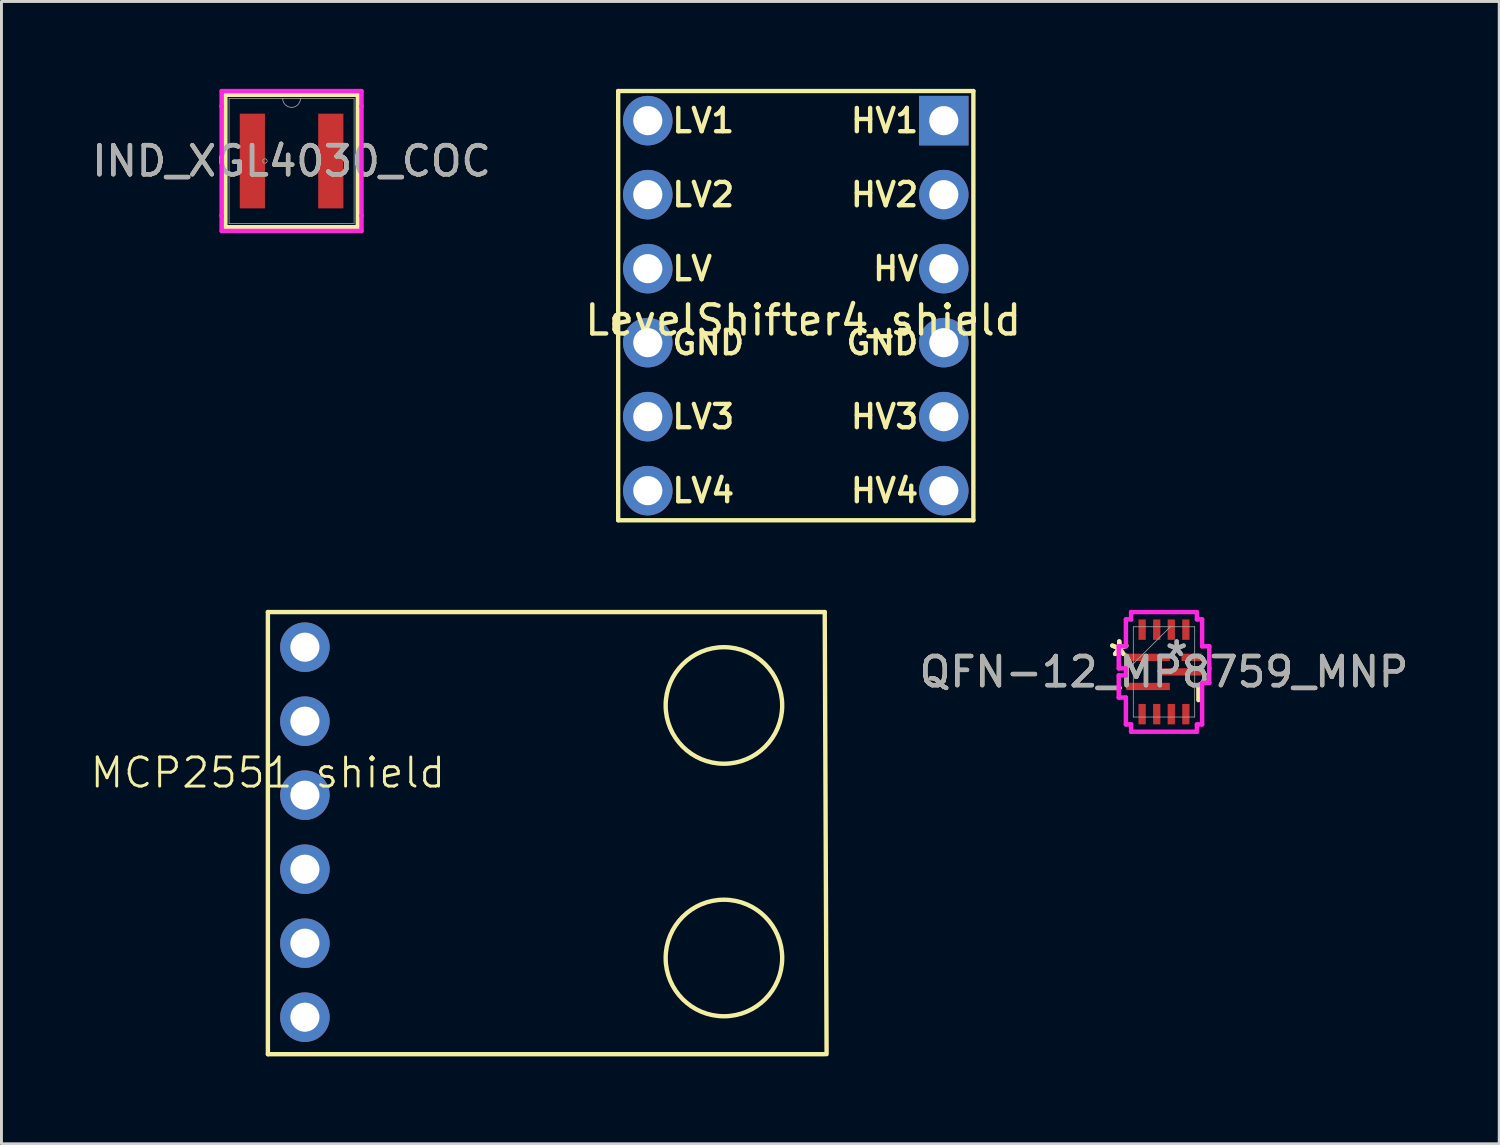
<source format=kicad_pcb>
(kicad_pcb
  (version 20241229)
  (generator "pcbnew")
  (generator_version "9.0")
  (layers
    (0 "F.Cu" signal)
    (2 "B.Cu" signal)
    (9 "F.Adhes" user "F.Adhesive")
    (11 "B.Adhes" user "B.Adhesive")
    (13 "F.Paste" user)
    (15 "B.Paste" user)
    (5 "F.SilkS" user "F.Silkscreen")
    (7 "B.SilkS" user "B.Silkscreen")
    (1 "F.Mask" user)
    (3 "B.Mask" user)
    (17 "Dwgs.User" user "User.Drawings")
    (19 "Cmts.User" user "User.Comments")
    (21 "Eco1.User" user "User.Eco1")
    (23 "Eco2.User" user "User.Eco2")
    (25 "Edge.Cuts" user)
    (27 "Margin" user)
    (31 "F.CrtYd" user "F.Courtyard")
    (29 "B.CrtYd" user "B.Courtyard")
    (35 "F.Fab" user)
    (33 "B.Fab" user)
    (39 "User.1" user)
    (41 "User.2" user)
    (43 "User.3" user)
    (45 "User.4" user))
  (footprint "IND_XGL4030_COC"
    (layer "F.Cu")
    (at 6.958 2.477)
    (property "Reference" "IND_XGL4030_COC" (at 0 0 0) (unlocked yes) (layer "F.SilkS") (effects (font (size 1 1) (thickness 0.15))))
    (attr smd)
    (fp_line (start -2.273 -2.273) (end -2.273 2.273) (stroke (width 0.152) (type solid)) (layer "F.SilkS"))
    (fp_line (start -2.273 2.273) (end 2.273 2.273) (stroke (width 0.152) (type solid)) (layer "F.SilkS"))
    (fp_line (start 2.273 -2.273) (end -2.273 -2.273) (stroke (width 0.152) (type solid)) (layer "F.SilkS"))
    (fp_line (start 2.273 2.273) (end 2.273 -2.273) (stroke (width 0.152) (type solid)) (layer "F.SilkS"))
    (fp_line (start -2.4 -2.4) (end 2.4 -2.4) (stroke (width 0.152) (type solid)) (layer "F.CrtYd"))
    (fp_line (start -2.4 -1.88) (end -2.4 -2.4) (stroke (width 0.152) (type solid)) (layer "F.CrtYd"))
    (fp_line (start -2.4 -1.88) (end -2.4 -1.88) (stroke (width 0.152) (type solid)) (layer "F.CrtYd"))
    (fp_line (start -2.4 1.88) (end -2.4 -1.88) (stroke (width 0.152) (type solid)) (layer "F.CrtYd"))
    (fp_line (start -2.4 1.88) (end -2.4 1.88) (stroke (width 0.152) (type solid)) (layer "F.CrtYd"))
    (fp_line (start -2.4 2.4) (end -2.4 1.88) (stroke (width 0.152) (type solid)) (layer "F.CrtYd"))
    (fp_line (start 2.4 -2.4) (end 2.4 -1.88) (stroke (width 0.152) (type solid)) (layer "F.CrtYd"))
    (fp_line (start 2.4 -1.88) (end 2.4 -1.88) (stroke (width 0.152) (type solid)) (layer "F.CrtYd"))
    (fp_line (start 2.4 -1.88) (end 2.4 1.88) (stroke (width 0.152) (type solid)) (layer "F.CrtYd"))
    (fp_line (start 2.4 1.88) (end 2.4 1.88) (stroke (width 0.152) (type solid)) (layer "F.CrtYd"))
    (fp_line (start 2.4 1.88) (end 2.4 2.4) (stroke (width 0.152) (type solid)) (layer "F.CrtYd"))
    (fp_line (start 2.4 2.4) (end -2.4 2.4) (stroke (width 0.152) (type solid)) (layer "F.CrtYd"))
    (fp_line (start -2.146 -2.146) (end -2.146 2.146) (stroke (width 0.025) (type solid)) (layer "F.Fab"))
    (fp_line (start -2.146 2.146) (end 2.146 2.146) (stroke (width 0.025) (type solid)) (layer "F.Fab"))
    (fp_line (start 2.146 -2.146) (end -2.146 -2.146) (stroke (width 0.025) (type solid)) (layer "F.Fab"))
    (fp_line (start 2.146 2.146) (end 2.146 -2.146) (stroke (width 0.025) (type solid)) (layer "F.Fab"))
    (fp_arc (start 0.3048 -2.1463) (mid 0 -1.8415) (end -0.3048 -2.1463) (stroke (width 0.0254) (type solid)) (layer "F.Fab"))
    (fp_circle (center -0.914 0) (end -0.838 0) (stroke (width 0.025) (type solid)) (fill no) (layer "F.Fab"))
    (fp_text user "${REFERENCE}" (at 0 0 0) (unlocked yes) (layer "F.Fab") (effects (font (size 1 1) (thickness 0.15))))
    (pad "1" smd rect (at -1.346 0) (size 0.864 3.251) (layers "F.Cu" "F.Mask" "F.Paste"))
    (pad "2" smd rect (at 1.346 0) (size 0.864 3.251) (layers "F.Cu" "F.Mask" "F.Paste")))
  (footprint "MCP2551_shield"
    (layer "F.Cu")
    (at 6.145 22.974)
    (property "Reference" "MCP2551_shield" (at 0 0.5 0) (layer "F.SilkS") (effects (font (size 1 1) (thickness 0.1))))
    (attr through_hole)
    (fp_line (start 0 -5.016) (end 0 10.16) (stroke (width 0.15) (type solid)) (layer "F.SilkS"))
    (fp_line (start 0 10.16) (end 19.113 10.16) (stroke (width 0.15) (type solid)) (layer "F.SilkS"))
    (fp_line (start 19.113 -5.016) (end 0 -5.016) (stroke (width 0.15) (type solid)) (layer "F.SilkS"))
    (fp_line (start 19.177 10.16) (end 19.113 -5.016) (stroke (width 0.15) (type solid)) (layer "F.SilkS"))
    (fp_circle (center 15.653 -1.81) (end 17.653 -1.81) (stroke (width 0.15) (type solid)) (fill no) (layer "F.SilkS"))
    (fp_circle (center 15.653 6.858) (end 17.653 6.858) (stroke (width 0.15) (type solid)) (fill no) (layer "F.SilkS"))
    (pad "1" thru_hole circle (at 1.27 -3.81) (size 1.7 1.7) (drill 1) (layers "*.Cu" "*.Mask"))
    (pad "2" thru_hole circle (at 1.27 -1.27) (size 1.7 1.7) (drill 1) (layers "*.Cu" "*.Mask"))
    (pad "3" thru_hole circle (at 1.27 1.27) (size 1.7 1.7) (drill 1) (layers "*.Cu" "*.Mask"))
    (pad "4" thru_hole circle (at 1.27 3.81) (size 1.7 1.7) (drill 1) (layers "*.Cu" "*.Mask"))
    (pad "5" thru_hole circle (at 1.27 6.35) (size 1.7 1.7) (drill 1) (layers "*.Cu" "*.Mask"))
    (pad "6" thru_hole circle (at 1.27 8.89) (size 1.7 1.7) (drill 1) (layers "*.Cu" "*.Mask")))
  (footprint "QFN-12_MP8759_MNP"
    (layer "F.Cu")
    (at 36.903 20.012)
    (property "Reference" "QFN-12_MP8759_MNP" (at 0 0 0) (unlocked yes) (layer "F.SilkS") (effects (font (size 1 1) (thickness 0.15))))
    (attr smd)
    (fp_line (start 1.181 0.458) (end 1.181 0.97) (stroke (width 0.152) (type solid)) (layer "F.SilkS"))
    (fp_line (start -1.554 -0.879) (end -1.554 -0.121) (stroke (width 0.152) (type solid)) (layer "F.CrtYd"))
    (fp_line (start -1.554 -0.121) (end -1.308 -0.121) (stroke (width 0.152) (type solid)) (layer "F.CrtYd"))
    (fp_line (start -1.554 0.121) (end -1.554 0.879) (stroke (width 0.152) (type solid)) (layer "F.CrtYd"))
    (fp_line (start -1.554 0.879) (end -1.308 0.879) (stroke (width 0.152) (type solid)) (layer "F.CrtYd"))
    (fp_line (start -1.308 -1.803) (end -1.308 -0.879) (stroke (width 0.152) (type solid)) (layer "F.CrtYd"))
    (fp_line (start -1.308 -0.879) (end -1.554 -0.879) (stroke (width 0.152) (type solid)) (layer "F.CrtYd"))
    (fp_line (start -1.308 -0.121) (end -1.308 0.121) (stroke (width 0.152) (type solid)) (layer "F.CrtYd"))
    (fp_line (start -1.308 0.121) (end -1.554 0.121) (stroke (width 0.152) (type solid)) (layer "F.CrtYd"))
    (fp_line (start -1.308 0.879) (end -1.308 1.803) (stroke (width 0.152) (type solid)) (layer "F.CrtYd"))
    (fp_line (start -1.308 1.803) (end -1.129 1.803) (stroke (width 0.152) (type solid)) (layer "F.CrtYd"))
    (fp_line (start -1.129 -2.054) (end -1.129 -1.803) (stroke (width 0.152) (type solid)) (layer "F.CrtYd"))
    (fp_line (start -1.129 -1.803) (end -1.308 -1.803) (stroke (width 0.152) (type solid)) (layer "F.CrtYd"))
    (fp_line (start -1.129 1.803) (end -1.129 2.054) (stroke (width 0.152) (type solid)) (layer "F.CrtYd"))
    (fp_line (start -1.129 2.054) (end 1.129 2.054) (stroke (width 0.152) (type solid)) (layer "F.CrtYd"))
    (fp_line (start 1.129 -2.054) (end -1.129 -2.054) (stroke (width 0.152) (type solid)) (layer "F.CrtYd"))
    (fp_line (start 1.129 -1.803) (end 1.129 -2.054) (stroke (width 0.152) (type solid)) (layer "F.CrtYd"))
    (fp_line (start 1.129 1.803) (end 1.308 1.803) (stroke (width 0.152) (type solid)) (layer "F.CrtYd"))
    (fp_line (start 1.129 2.054) (end 1.129 1.803) (stroke (width 0.152) (type solid)) (layer "F.CrtYd"))
    (fp_line (start 1.308 -1.803) (end 1.129 -1.803) (stroke (width 0.152) (type solid)) (layer "F.CrtYd"))
    (fp_line (start 1.308 -0.879) (end 1.308 -1.803) (stroke (width 0.152) (type solid)) (layer "F.CrtYd"))
    (fp_line (start 1.308 0.379) (end 1.554 0.379) (stroke (width 0.152) (type solid)) (layer "F.CrtYd"))
    (fp_line (start 1.308 1.803) (end 1.308 0.379) (stroke (width 0.152) (type solid)) (layer "F.CrtYd"))
    (fp_line (start 1.554 -0.879) (end 1.308 -0.879) (stroke (width 0.152) (type solid)) (layer "F.CrtYd"))
    (fp_line (start 1.554 -0.121) (end 1.554 -0.879) (stroke (width 0.152) (type solid)) (layer "F.CrtYd"))
    (fp_line (start 1.554 -0.121) (end 1.554 -0.121) (stroke (width 0.152) (type solid)) (layer "F.CrtYd"))
    (fp_line (start 1.554 0.379) (end 1.554 -0.121) (stroke (width 0.152) (type solid)) (layer "F.CrtYd"))
    (fp_line (start -1.054 -1.549) (end -1.054 1.549) (stroke (width 0.025) (type solid)) (layer "F.Fab"))
    (fp_line (start -1.054 -0.279) (end 0.216 -1.549) (stroke (width 0.025) (type solid)) (layer "F.Fab"))
    (fp_line (start -1.054 1.549) (end 1.054 1.549) (stroke (width 0.025) (type solid)) (layer "F.Fab"))
    (fp_line (start 1.054 -1.549) (end -1.054 -1.549) (stroke (width 0.025) (type solid)) (layer "F.Fab"))
    (fp_line (start 1.054 1.549) (end 1.054 -1.549) (stroke (width 0.025) (type solid)) (layer "F.Fab"))
    (fp_text user "*" (at -1.535 -0.5 0) (unlocked yes) (layer "F.SilkS") (effects (font (size 1 1) (thickness 0.15))))
    (fp_text user "*" (at -1.535 -0.5 0) (layer "F.SilkS") (effects (font (size 1 1) (thickness 0.15))))
    (fp_text user "${REFERENCE}" (at 0 0 0) (unlocked yes) (layer "F.Fab") (effects (font (size 1 1) (thickness 0.15))))
    (fp_text user "*" (at 0.435 -0.5 0) (layer "F.Fab") (effects (font (size 1 1) (thickness 0.15))))
    (fp_text user "*" (at 0.435 -0.5 0) (unlocked yes) (layer "F.Fab") (effects (font (size 1 1) (thickness 0.15))))
    (pad "1" smd rect (at -0.55 -0.5) (size 1.5 0.25) (layers "F.Cu" "F.Mask" "F.Paste"))
    (pad "2" smd rect (at -0.55 0.5) (size 1.5 0.25) (layers "F.Cu" "F.Mask" "F.Paste"))
    (pad "3" smd rect (at -0.75 1.45 90) (size 0.7 0.25) (layers "F.Cu" "F.Mask"))
    (pad "4" smd rect (at -0.25 1.45 90) (size 0.7 0.25) (layers "F.Cu" "F.Mask"))
    (pad "5" smd rect (at 0.25 1.45 90) (size 0.7 0.25) (layers "F.Cu" "F.Mask"))
    (pad "6" smd rect (at 0.75 1.45 90) (size 0.7 0.25) (layers "F.Cu" "F.Mask"))
    (pad "7" smd rect (at 0.55 0) (size 1.5 0.25) (layers "F.Cu" "F.Mask" "F.Paste"))
    (pad "8" smd rect (at 0.95 -0.5) (size 0.7 0.25) (layers "F.Cu" "F.Mask"))
    (pad "9" smd rect (at 0.75 -1.45 90) (size 0.7 0.25) (layers "F.Cu" "F.Mask"))
    (pad "10" smd rect (at 0.25 -1.45 90) (size 0.7 0.25) (layers "F.Cu" "F.Mask"))
    (pad "11" smd rect (at -0.25 -1.45 90) (size 0.7 0.25) (layers "F.Cu" "F.Mask"))
    (pad "12" smd rect (at -0.75 -1.45 90) (size 0.7 0.25) (layers "F.Cu" "F.Mask")))
  (footprint "LevelShifter4_shield"
    (layer "F.Cu")
    (at 24.518 7.441)
    (property "Reference" "LevelShifter4_shield" (at 0 0.5 0) (layer "F.SilkS") (effects (font (size 1 1) (thickness 0.15))))
    (attr through_hole)
    (fp_line (start -6.35 -7.366) (end 5.842 -7.366) (stroke (width 0.15) (type solid)) (layer "F.SilkS"))
    (fp_line (start -6.35 7.366) (end -6.35 -7.366) (stroke (width 0.15) (type solid)) (layer "F.SilkS"))
    (fp_line (start 5.842 -7.366) (end 5.842 7.366) (stroke (width 0.15) (type solid)) (layer "F.SilkS"))
    (fp_line (start 5.842 7.366) (end -6.35 7.366) (stroke (width 0.15) (type solid)) (layer "F.SilkS"))
    (fp_text user "HV" (at 3.175 -1.27 0) (layer "F.SilkS") (effects (font (size 0.8 0.8) (thickness 0.15))))
    (fp_text user "LV" (at -3.81 -1.27 0) (layer "F.SilkS") (effects (font (size 0.8 0.8) (thickness 0.15))))
    (fp_text user "HV3" (at 2.794 3.81 0) (layer "F.SilkS") (effects (font (size 0.8 0.8) (thickness 0.15))))
    (fp_text user "GND" (at 2.718 1.27 0) (layer "F.SilkS") (effects (font (size 0.8 0.8) (thickness 0.15))))
    (fp_text user "HV2" (at 2.794 -3.81 0) (layer "F.SilkS") (effects (font (size 0.8 0.8) (thickness 0.15))))
    (fp_text user "LV3" (at -3.429 3.81 0) (layer "F.SilkS") (effects (font (size 0.8 0.8) (thickness 0.15))))
    (fp_text user "LV2" (at -3.429 -3.81 0) (layer "F.SilkS") (effects (font (size 0.8 0.8) (thickness 0.15))))
    (fp_text user "HV1" (at 2.794 -6.35 0) (layer "F.SilkS") (effects (font (size 0.8 0.8) (thickness 0.15))))
    (fp_text user "LV1" (at -3.429 -6.35 0) (layer "F.SilkS") (effects (font (size 0.8 0.8) (thickness 0.15))))
    (fp_text user "LV4" (at -3.429 6.35 0) (layer "F.SilkS") (effects (font (size 0.8 0.8) (thickness 0.15))))
    (fp_text user "HV4" (at 2.794 6.35 0) (layer "F.SilkS") (effects (font (size 0.8 0.8) (thickness 0.15))))
    (fp_text user "GND" (at -3.258 1.27 0) (layer "F.SilkS") (effects (font (size 0.8 0.8) (thickness 0.15))))
    (pad "1" thru_hole circle (at -5.334 -6.35) (size 1.7 1.7) (drill 1) (layers "*.Cu" "*.Mask"))
    (pad "2" thru_hole circle (at -5.334 -3.81) (size 1.7 1.7) (drill 1) (layers "*.Cu" "*.Mask"))
    (pad "3" thru_hole circle (at -5.334 -1.27) (size 1.7 1.7) (drill 1) (layers "*.Cu" "*.Mask"))
    (pad "4" thru_hole circle (at -5.334 1.27) (size 1.7 1.7) (drill 1) (layers "*.Cu" "*.Mask"))
    (pad "5" thru_hole circle (at -5.334 3.81) (size 1.7 1.7) (drill 1) (layers "*.Cu" "*.Mask"))
    (pad "6" thru_hole circle (at -5.334 6.35) (size 1.7 1.7) (drill 1) (layers "*.Cu" "*.Mask"))
    (pad "7" thru_hole rect (at 4.826 -6.35) (size 1.7 1.7) (drill 1) (layers "*.Cu" "*.Mask"))
    (pad "8" thru_hole circle (at 4.826 -3.81) (size 1.7 1.7) (drill 1) (layers "*.Cu" "*.Mask"))
    (pad "9" thru_hole circle (at 4.826 -1.27) (size 1.7 1.7) (drill 1) (layers "*.Cu" "*.Mask"))
    (pad "10" thru_hole circle (at 4.826 1.27) (size 1.7 1.7) (drill 1) (layers "*.Cu" "*.Mask"))
    (pad "11" thru_hole circle (at 4.826 3.81) (size 1.7 1.7) (drill 1) (layers "*.Cu" "*.Mask"))
    (pad "12" thru_hole circle (at 4.826 6.35) (size 1.7 1.7) (drill 1) (layers "*.Cu" "*.Mask")))
  (gr_rect
    (start -3 -3)
    (end 48.409 36.209)
    (stroke (width 0.1) (type default))
    (fill no)
    (layer "Edge.Cuts")))
</source>
